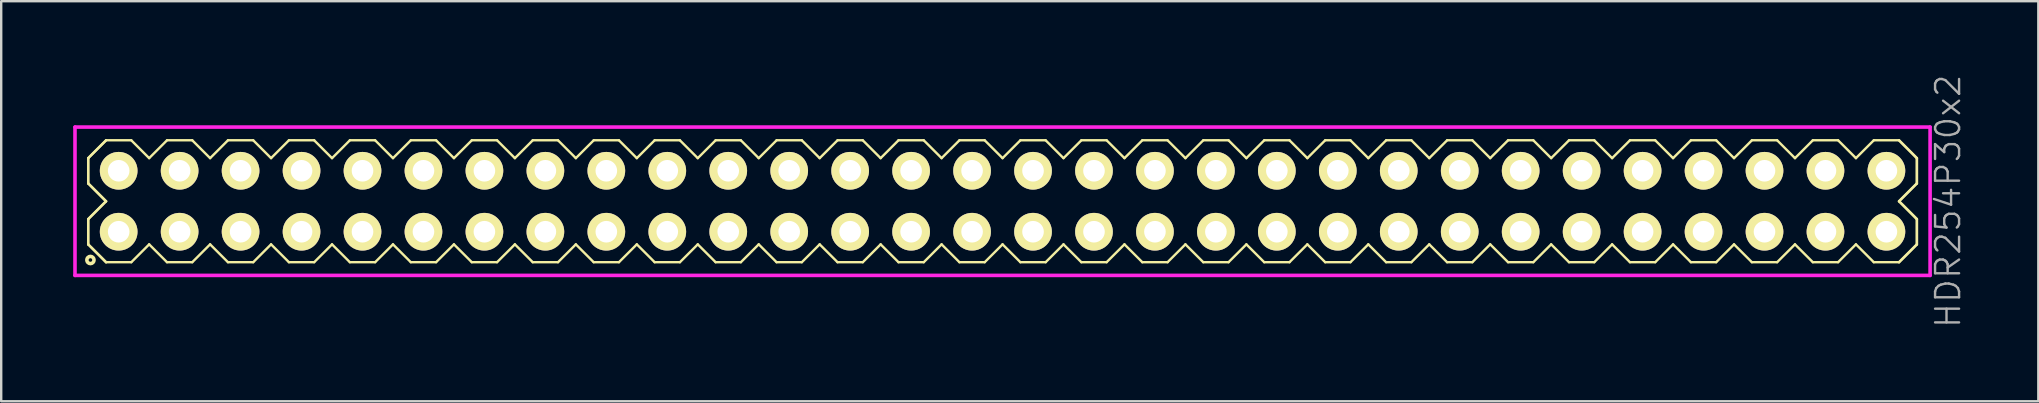
<source format=kicad_pcb>
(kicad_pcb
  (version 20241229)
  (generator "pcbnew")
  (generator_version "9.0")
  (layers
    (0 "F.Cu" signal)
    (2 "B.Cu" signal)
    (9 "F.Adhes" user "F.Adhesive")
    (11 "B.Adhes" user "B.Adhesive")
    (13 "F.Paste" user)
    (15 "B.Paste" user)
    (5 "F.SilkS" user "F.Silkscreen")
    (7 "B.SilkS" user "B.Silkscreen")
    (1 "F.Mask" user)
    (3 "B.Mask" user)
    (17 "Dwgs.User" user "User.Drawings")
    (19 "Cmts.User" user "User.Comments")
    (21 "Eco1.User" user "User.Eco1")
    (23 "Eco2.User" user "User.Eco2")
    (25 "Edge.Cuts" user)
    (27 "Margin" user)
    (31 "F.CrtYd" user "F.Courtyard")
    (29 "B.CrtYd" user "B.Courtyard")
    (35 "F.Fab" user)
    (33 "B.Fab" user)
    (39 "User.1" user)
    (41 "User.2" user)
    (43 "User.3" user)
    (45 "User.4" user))
  (footprint "HDR254P30x2"
    (layer "F.Cu")
    (at 38.725 5.336)
    (property "Reference" "HDR254P30x2" (at 39.4 0 90) (layer "F.Fab") (effects (font (size 1 1) (thickness 0.1))))
    (attr through_hole)
    (fp_line (start -38.1 -1.796) (end -37.356 -2.54) (stroke (width 0.1) (type solid)) (layer "F.SilkS"))
    (fp_line (start -38.1 -1.796) (end -37.356 -2.54) (stroke (width 0.1) (type solid)) (layer "F.SilkS"))
    (fp_line (start -38.1 -0.744) (end -38.1 -1.796) (stroke (width 0.1) (type solid)) (layer "F.SilkS"))
    (fp_line (start -38.1 -0.744) (end -38.1 -1.796) (stroke (width 0.1) (type solid)) (layer "F.SilkS"))
    (fp_line (start -38.1 0.744) (end -37.356 0) (stroke (width 0.1) (type solid)) (layer "F.SilkS"))
    (fp_line (start -38.1 0.744) (end -37.356 0) (stroke (width 0.1) (type solid)) (layer "F.SilkS"))
    (fp_line (start -38.1 1.796) (end -38.1 0.744) (stroke (width 0.1) (type solid)) (layer "F.SilkS"))
    (fp_line (start -38.1 1.796) (end -38.1 0.744) (stroke (width 0.1) (type solid)) (layer "F.SilkS"))
    (fp_line (start -37.356 -2.54) (end -36.304 -2.54) (stroke (width 0.1) (type solid)) (layer "F.SilkS"))
    (fp_line (start -37.356 0) (end -38.1 -0.744) (stroke (width 0.1) (type solid)) (layer "F.SilkS"))
    (fp_line (start -37.356 0) (end -38.1 -0.744) (stroke (width 0.1) (type solid)) (layer "F.SilkS"))
    (fp_line (start -37.356 2.54) (end -38.1 1.796) (stroke (width 0.1) (type solid)) (layer "F.SilkS"))
    (fp_line (start -37.356 2.54) (end -38.1 1.796) (stroke (width 0.1) (type solid)) (layer "F.SilkS"))
    (fp_line (start -36.304 -2.54) (end -35.56 -1.796) (stroke (width 0.1) (type solid)) (layer "F.SilkS"))
    (fp_line (start -36.304 2.54) (end -37.356 2.54) (stroke (width 0.1) (type solid)) (layer "F.SilkS"))
    (fp_line (start -35.56 -1.796) (end -34.816 -2.54) (stroke (width 0.1) (type solid)) (layer "F.SilkS"))
    (fp_line (start -35.56 1.796) (end -36.304 2.54) (stroke (width 0.1) (type solid)) (layer "F.SilkS"))
    (fp_line (start -34.816 -2.54) (end -33.764 -2.54) (stroke (width 0.1) (type solid)) (layer "F.SilkS"))
    (fp_line (start -34.816 2.54) (end -35.56 1.796) (stroke (width 0.1) (type solid)) (layer "F.SilkS"))
    (fp_line (start -33.764 -2.54) (end -33.02 -1.796) (stroke (width 0.1) (type solid)) (layer "F.SilkS"))
    (fp_line (start -33.764 2.54) (end -34.816 2.54) (stroke (width 0.1) (type solid)) (layer "F.SilkS"))
    (fp_line (start -33.02 -1.796) (end -32.276 -2.54) (stroke (width 0.1) (type solid)) (layer "F.SilkS"))
    (fp_line (start -33.02 1.796) (end -33.764 2.54) (stroke (width 0.1) (type solid)) (layer "F.SilkS"))
    (fp_line (start -32.276 -2.54) (end -31.224 -2.54) (stroke (width 0.1) (type solid)) (layer "F.SilkS"))
    (fp_line (start -32.276 2.54) (end -33.02 1.796) (stroke (width 0.1) (type solid)) (layer "F.SilkS"))
    (fp_line (start -31.224 -2.54) (end -30.48 -1.796) (stroke (width 0.1) (type solid)) (layer "F.SilkS"))
    (fp_line (start -31.224 2.54) (end -32.276 2.54) (stroke (width 0.1) (type solid)) (layer "F.SilkS"))
    (fp_line (start -30.48 -1.796) (end -29.736 -2.54) (stroke (width 0.1) (type solid)) (layer "F.SilkS"))
    (fp_line (start -30.48 1.796) (end -31.224 2.54) (stroke (width 0.1) (type solid)) (layer "F.SilkS"))
    (fp_line (start -29.736 -2.54) (end -28.684 -2.54) (stroke (width 0.1) (type solid)) (layer "F.SilkS"))
    (fp_line (start -29.736 2.54) (end -30.48 1.796) (stroke (width 0.1) (type solid)) (layer "F.SilkS"))
    (fp_line (start -28.684 -2.54) (end -27.94 -1.796) (stroke (width 0.1) (type solid)) (layer "F.SilkS"))
    (fp_line (start -28.684 2.54) (end -29.736 2.54) (stroke (width 0.1) (type solid)) (layer "F.SilkS"))
    (fp_line (start -27.94 -1.796) (end -27.196 -2.54) (stroke (width 0.1) (type solid)) (layer "F.SilkS"))
    (fp_line (start -27.94 1.796) (end -28.684 2.54) (stroke (width 0.1) (type solid)) (layer "F.SilkS"))
    (fp_line (start -27.196 -2.54) (end -26.144 -2.54) (stroke (width 0.1) (type solid)) (layer "F.SilkS"))
    (fp_line (start -27.196 2.54) (end -27.94 1.796) (stroke (width 0.1) (type solid)) (layer "F.SilkS"))
    (fp_line (start -26.144 -2.54) (end -25.4 -1.796) (stroke (width 0.1) (type solid)) (layer "F.SilkS"))
    (fp_line (start -26.144 2.54) (end -27.196 2.54) (stroke (width 0.1) (type solid)) (layer "F.SilkS"))
    (fp_line (start -25.4 -1.796) (end -24.656 -2.54) (stroke (width 0.1) (type solid)) (layer "F.SilkS"))
    (fp_line (start -25.4 1.796) (end -26.144 2.54) (stroke (width 0.1) (type solid)) (layer "F.SilkS"))
    (fp_line (start -24.656 -2.54) (end -23.604 -2.54) (stroke (width 0.1) (type solid)) (layer "F.SilkS"))
    (fp_line (start -24.656 2.54) (end -25.4 1.796) (stroke (width 0.1) (type solid)) (layer "F.SilkS"))
    (fp_line (start -23.604 -2.54) (end -22.86 -1.796) (stroke (width 0.1) (type solid)) (layer "F.SilkS"))
    (fp_line (start -23.604 2.54) (end -24.656 2.54) (stroke (width 0.1) (type solid)) (layer "F.SilkS"))
    (fp_line (start -22.86 -1.796) (end -22.116 -2.54) (stroke (width 0.1) (type solid)) (layer "F.SilkS"))
    (fp_line (start -22.86 1.796) (end -23.604 2.54) (stroke (width 0.1) (type solid)) (layer "F.SilkS"))
    (fp_line (start -22.116 -2.54) (end -21.064 -2.54) (stroke (width 0.1) (type solid)) (layer "F.SilkS"))
    (fp_line (start -22.116 2.54) (end -22.86 1.796) (stroke (width 0.1) (type solid)) (layer "F.SilkS"))
    (fp_line (start -21.064 -2.54) (end -20.32 -1.796) (stroke (width 0.1) (type solid)) (layer "F.SilkS"))
    (fp_line (start -21.064 2.54) (end -22.116 2.54) (stroke (width 0.1) (type solid)) (layer "F.SilkS"))
    (fp_line (start -20.32 -1.796) (end -19.576 -2.54) (stroke (width 0.1) (type solid)) (layer "F.SilkS"))
    (fp_line (start -20.32 1.796) (end -21.064 2.54) (stroke (width 0.1) (type solid)) (layer "F.SilkS"))
    (fp_line (start -19.576 -2.54) (end -18.524 -2.54) (stroke (width 0.1) (type solid)) (layer "F.SilkS"))
    (fp_line (start -19.576 2.54) (end -20.32 1.796) (stroke (width 0.1) (type solid)) (layer "F.SilkS"))
    (fp_line (start -18.524 -2.54) (end -17.78 -1.796) (stroke (width 0.1) (type solid)) (layer "F.SilkS"))
    (fp_line (start -18.524 2.54) (end -19.576 2.54) (stroke (width 0.1) (type solid)) (layer "F.SilkS"))
    (fp_line (start -17.78 -1.796) (end -17.036 -2.54) (stroke (width 0.1) (type solid)) (layer "F.SilkS"))
    (fp_line (start -17.78 1.796) (end -18.524 2.54) (stroke (width 0.1) (type solid)) (layer "F.SilkS"))
    (fp_line (start -17.036 -2.54) (end -15.984 -2.54) (stroke (width 0.1) (type solid)) (layer "F.SilkS"))
    (fp_line (start -17.036 2.54) (end -17.78 1.796) (stroke (width 0.1) (type solid)) (layer "F.SilkS"))
    (fp_line (start -15.984 -2.54) (end -15.24 -1.796) (stroke (width 0.1) (type solid)) (layer "F.SilkS"))
    (fp_line (start -15.984 2.54) (end -17.036 2.54) (stroke (width 0.1) (type solid)) (layer "F.SilkS"))
    (fp_line (start -15.24 -1.796) (end -14.496 -2.54) (stroke (width 0.1) (type solid)) (layer "F.SilkS"))
    (fp_line (start -15.24 1.796) (end -15.984 2.54) (stroke (width 0.1) (type solid)) (layer "F.SilkS"))
    (fp_line (start -14.496 -2.54) (end -13.444 -2.54) (stroke (width 0.1) (type solid)) (layer "F.SilkS"))
    (fp_line (start -14.496 2.54) (end -15.24 1.796) (stroke (width 0.1) (type solid)) (layer "F.SilkS"))
    (fp_line (start -13.444 -2.54) (end -12.7 -1.796) (stroke (width 0.1) (type solid)) (layer "F.SilkS"))
    (fp_line (start -13.444 2.54) (end -14.496 2.54) (stroke (width 0.1) (type solid)) (layer "F.SilkS"))
    (fp_line (start -12.7 -1.796) (end -11.956 -2.54) (stroke (width 0.1) (type solid)) (layer "F.SilkS"))
    (fp_line (start -12.7 1.796) (end -13.444 2.54) (stroke (width 0.1) (type solid)) (layer "F.SilkS"))
    (fp_line (start -11.956 -2.54) (end -10.904 -2.54) (stroke (width 0.1) (type solid)) (layer "F.SilkS"))
    (fp_line (start -11.956 2.54) (end -12.7 1.796) (stroke (width 0.1) (type solid)) (layer "F.SilkS"))
    (fp_line (start -10.904 -2.54) (end -10.16 -1.796) (stroke (width 0.1) (type solid)) (layer "F.SilkS"))
    (fp_line (start -10.904 2.54) (end -11.956 2.54) (stroke (width 0.1) (type solid)) (layer "F.SilkS"))
    (fp_line (start -10.16 -1.796) (end -9.416 -2.54) (stroke (width 0.1) (type solid)) (layer "F.SilkS"))
    (fp_line (start -10.16 1.796) (end -10.904 2.54) (stroke (width 0.1) (type solid)) (layer "F.SilkS"))
    (fp_line (start -9.416 -2.54) (end -8.364 -2.54) (stroke (width 0.1) (type solid)) (layer "F.SilkS"))
    (fp_line (start -9.416 2.54) (end -10.16 1.796) (stroke (width 0.1) (type solid)) (layer "F.SilkS"))
    (fp_line (start -8.364 -2.54) (end -7.62 -1.796) (stroke (width 0.1) (type solid)) (layer "F.SilkS"))
    (fp_line (start -8.364 2.54) (end -9.416 2.54) (stroke (width 0.1) (type solid)) (layer "F.SilkS"))
    (fp_line (start -7.62 -1.796) (end -6.876 -2.54) (stroke (width 0.1) (type solid)) (layer "F.SilkS"))
    (fp_line (start -7.62 1.796) (end -8.364 2.54) (stroke (width 0.1) (type solid)) (layer "F.SilkS"))
    (fp_line (start -6.876 -2.54) (end -5.824 -2.54) (stroke (width 0.1) (type solid)) (layer "F.SilkS"))
    (fp_line (start -6.876 2.54) (end -7.62 1.796) (stroke (width 0.1) (type solid)) (layer "F.SilkS"))
    (fp_line (start -5.824 -2.54) (end -5.08 -1.796) (stroke (width 0.1) (type solid)) (layer "F.SilkS"))
    (fp_line (start -5.824 2.54) (end -6.876 2.54) (stroke (width 0.1) (type solid)) (layer "F.SilkS"))
    (fp_line (start -5.08 -1.796) (end -4.336 -2.54) (stroke (width 0.1) (type solid)) (layer "F.SilkS"))
    (fp_line (start -5.08 1.796) (end -5.824 2.54) (stroke (width 0.1) (type solid)) (layer "F.SilkS"))
    (fp_line (start -4.336 -2.54) (end -3.284 -2.54) (stroke (width 0.1) (type solid)) (layer "F.SilkS"))
    (fp_line (start -4.336 2.54) (end -5.08 1.796) (stroke (width 0.1) (type solid)) (layer "F.SilkS"))
    (fp_line (start -3.284 -2.54) (end -2.54 -1.796) (stroke (width 0.1) (type solid)) (layer "F.SilkS"))
    (fp_line (start -3.284 2.54) (end -4.336 2.54) (stroke (width 0.1) (type solid)) (layer "F.SilkS"))
    (fp_line (start -2.54 -1.796) (end -1.796 -2.54) (stroke (width 0.1) (type solid)) (layer "F.SilkS"))
    (fp_line (start -2.54 1.796) (end -3.284 2.54) (stroke (width 0.1) (type solid)) (layer "F.SilkS"))
    (fp_line (start -1.796 -2.54) (end -0.744 -2.54) (stroke (width 0.1) (type solid)) (layer "F.SilkS"))
    (fp_line (start -1.796 2.54) (end -2.54 1.796) (stroke (width 0.1) (type solid)) (layer "F.SilkS"))
    (fp_line (start -0.744 -2.54) (end 0 -1.796) (stroke (width 0.1) (type solid)) (layer "F.SilkS"))
    (fp_line (start -0.744 2.54) (end -1.796 2.54) (stroke (width 0.1) (type solid)) (layer "F.SilkS"))
    (fp_line (start 0 -1.796) (end 0.744 -2.54) (stroke (width 0.1) (type solid)) (layer "F.SilkS"))
    (fp_line (start 0 1.796) (end -0.744 2.54) (stroke (width 0.1) (type solid)) (layer "F.SilkS"))
    (fp_line (start 0.744 -2.54) (end 1.796 -2.54) (stroke (width 0.1) (type solid)) (layer "F.SilkS"))
    (fp_line (start 0.744 2.54) (end 0 1.796) (stroke (width 0.1) (type solid)) (layer "F.SilkS"))
    (fp_line (start 1.796 -2.54) (end 2.54 -1.796) (stroke (width 0.1) (type solid)) (layer "F.SilkS"))
    (fp_line (start 1.796 2.54) (end 0.744 2.54) (stroke (width 0.1) (type solid)) (layer "F.SilkS"))
    (fp_line (start 2.54 -1.796) (end 3.284 -2.54) (stroke (width 0.1) (type solid)) (layer "F.SilkS"))
    (fp_line (start 2.54 1.796) (end 1.796 2.54) (stroke (width 0.1) (type solid)) (layer "F.SilkS"))
    (fp_line (start 3.284 -2.54) (end 4.336 -2.54) (stroke (width 0.1) (type solid)) (layer "F.SilkS"))
    (fp_line (start 3.284 2.54) (end 2.54 1.796) (stroke (width 0.1) (type solid)) (layer "F.SilkS"))
    (fp_line (start 4.336 -2.54) (end 5.08 -1.796) (stroke (width 0.1) (type solid)) (layer "F.SilkS"))
    (fp_line (start 4.336 2.54) (end 3.284 2.54) (stroke (width 0.1) (type solid)) (layer "F.SilkS"))
    (fp_line (start 5.08 -1.796) (end 5.824 -2.54) (stroke (width 0.1) (type solid)) (layer "F.SilkS"))
    (fp_line (start 5.08 1.796) (end 4.336 2.54) (stroke (width 0.1) (type solid)) (layer "F.SilkS"))
    (fp_line (start 5.824 -2.54) (end 6.876 -2.54) (stroke (width 0.1) (type solid)) (layer "F.SilkS"))
    (fp_line (start 5.824 2.54) (end 5.08 1.796) (stroke (width 0.1) (type solid)) (layer "F.SilkS"))
    (fp_line (start 6.876 -2.54) (end 7.62 -1.796) (stroke (width 0.1) (type solid)) (layer "F.SilkS"))
    (fp_line (start 6.876 2.54) (end 5.824 2.54) (stroke (width 0.1) (type solid)) (layer "F.SilkS"))
    (fp_line (start 7.62 -1.796) (end 8.364 -2.54) (stroke (width 0.1) (type solid)) (layer "F.SilkS"))
    (fp_line (start 7.62 1.796) (end 6.876 2.54) (stroke (width 0.1) (type solid)) (layer "F.SilkS"))
    (fp_line (start 8.364 -2.54) (end 9.416 -2.54) (stroke (width 0.1) (type solid)) (layer "F.SilkS"))
    (fp_line (start 8.364 2.54) (end 7.62 1.796) (stroke (width 0.1) (type solid)) (layer "F.SilkS"))
    (fp_line (start 9.416 -2.54) (end 10.16 -1.796) (stroke (width 0.1) (type solid)) (layer "F.SilkS"))
    (fp_line (start 9.416 2.54) (end 8.364 2.54) (stroke (width 0.1) (type solid)) (layer "F.SilkS"))
    (fp_line (start 10.16 -1.796) (end 10.904 -2.54) (stroke (width 0.1) (type solid)) (layer "F.SilkS"))
    (fp_line (start 10.16 1.796) (end 9.416 2.54) (stroke (width 0.1) (type solid)) (layer "F.SilkS"))
    (fp_line (start 10.904 -2.54) (end 11.956 -2.54) (stroke (width 0.1) (type solid)) (layer "F.SilkS"))
    (fp_line (start 10.904 2.54) (end 10.16 1.796) (stroke (width 0.1) (type solid)) (layer "F.SilkS"))
    (fp_line (start 11.956 -2.54) (end 12.7 -1.796) (stroke (width 0.1) (type solid)) (layer "F.SilkS"))
    (fp_line (start 11.956 2.54) (end 10.904 2.54) (stroke (width 0.1) (type solid)) (layer "F.SilkS"))
    (fp_line (start 12.7 -1.796) (end 13.444 -2.54) (stroke (width 0.1) (type solid)) (layer "F.SilkS"))
    (fp_line (start 12.7 1.796) (end 11.956 2.54) (stroke (width 0.1) (type solid)) (layer "F.SilkS"))
    (fp_line (start 13.444 -2.54) (end 14.496 -2.54) (stroke (width 0.1) (type solid)) (layer "F.SilkS"))
    (fp_line (start 13.444 2.54) (end 12.7 1.796) (stroke (width 0.1) (type solid)) (layer "F.SilkS"))
    (fp_line (start 14.496 -2.54) (end 15.24 -1.796) (stroke (width 0.1) (type solid)) (layer "F.SilkS"))
    (fp_line (start 14.496 2.54) (end 13.444 2.54) (stroke (width 0.1) (type solid)) (layer "F.SilkS"))
    (fp_line (start 15.24 -1.796) (end 15.984 -2.54) (stroke (width 0.1) (type solid)) (layer "F.SilkS"))
    (fp_line (start 15.24 1.796) (end 14.496 2.54) (stroke (width 0.1) (type solid)) (layer "F.SilkS"))
    (fp_line (start 15.984 -2.54) (end 17.036 -2.54) (stroke (width 0.1) (type solid)) (layer "F.SilkS"))
    (fp_line (start 15.984 2.54) (end 15.24 1.796) (stroke (width 0.1) (type solid)) (layer "F.SilkS"))
    (fp_line (start 17.036 -2.54) (end 17.78 -1.796) (stroke (width 0.1) (type solid)) (layer "F.SilkS"))
    (fp_line (start 17.036 2.54) (end 15.984 2.54) (stroke (width 0.1) (type solid)) (layer "F.SilkS"))
    (fp_line (start 17.78 -1.796) (end 18.524 -2.54) (stroke (width 0.1) (type solid)) (layer "F.SilkS"))
    (fp_line (start 17.78 1.796) (end 17.036 2.54) (stroke (width 0.1) (type solid)) (layer "F.SilkS"))
    (fp_line (start 18.524 -2.54) (end 19.576 -2.54) (stroke (width 0.1) (type solid)) (layer "F.SilkS"))
    (fp_line (start 18.524 2.54) (end 17.78 1.796) (stroke (width 0.1) (type solid)) (layer "F.SilkS"))
    (fp_line (start 19.576 -2.54) (end 20.32 -1.796) (stroke (width 0.1) (type solid)) (layer "F.SilkS"))
    (fp_line (start 19.576 2.54) (end 18.524 2.54) (stroke (width 0.1) (type solid)) (layer "F.SilkS"))
    (fp_line (start 20.32 -1.796) (end 21.064 -2.54) (stroke (width 0.1) (type solid)) (layer "F.SilkS"))
    (fp_line (start 20.32 1.796) (end 19.576 2.54) (stroke (width 0.1) (type solid)) (layer "F.SilkS"))
    (fp_line (start 21.064 -2.54) (end 22.116 -2.54) (stroke (width 0.1) (type solid)) (layer "F.SilkS"))
    (fp_line (start 21.064 2.54) (end 20.32 1.796) (stroke (width 0.1) (type solid)) (layer "F.SilkS"))
    (fp_line (start 22.116 -2.54) (end 22.86 -1.796) (stroke (width 0.1) (type solid)) (layer "F.SilkS"))
    (fp_line (start 22.116 2.54) (end 21.064 2.54) (stroke (width 0.1) (type solid)) (layer "F.SilkS"))
    (fp_line (start 22.86 -1.796) (end 23.604 -2.54) (stroke (width 0.1) (type solid)) (layer "F.SilkS"))
    (fp_line (start 22.86 1.796) (end 22.116 2.54) (stroke (width 0.1) (type solid)) (layer "F.SilkS"))
    (fp_line (start 23.604 -2.54) (end 24.656 -2.54) (stroke (width 0.1) (type solid)) (layer "F.SilkS"))
    (fp_line (start 23.604 2.54) (end 22.86 1.796) (stroke (width 0.1) (type solid)) (layer "F.SilkS"))
    (fp_line (start 24.656 -2.54) (end 25.4 -1.796) (stroke (width 0.1) (type solid)) (layer "F.SilkS"))
    (fp_line (start 24.656 2.54) (end 23.604 2.54) (stroke (width 0.1) (type solid)) (layer "F.SilkS"))
    (fp_line (start 25.4 -1.796) (end 26.144 -2.54) (stroke (width 0.1) (type solid)) (layer "F.SilkS"))
    (fp_line (start 25.4 1.796) (end 24.656 2.54) (stroke (width 0.1) (type solid)) (layer "F.SilkS"))
    (fp_line (start 26.144 -2.54) (end 27.196 -2.54) (stroke (width 0.1) (type solid)) (layer "F.SilkS"))
    (fp_line (start 26.144 2.54) (end 25.4 1.796) (stroke (width 0.1) (type solid)) (layer "F.SilkS"))
    (fp_line (start 27.196 -2.54) (end 27.94 -1.796) (stroke (width 0.1) (type solid)) (layer "F.SilkS"))
    (fp_line (start 27.196 2.54) (end 26.144 2.54) (stroke (width 0.1) (type solid)) (layer "F.SilkS"))
    (fp_line (start 27.94 -1.796) (end 28.684 -2.54) (stroke (width 0.1) (type solid)) (layer "F.SilkS"))
    (fp_line (start 27.94 1.796) (end 27.196 2.54) (stroke (width 0.1) (type solid)) (layer "F.SilkS"))
    (fp_line (start 28.684 -2.54) (end 29.736 -2.54) (stroke (width 0.1) (type solid)) (layer "F.SilkS"))
    (fp_line (start 28.684 2.54) (end 27.94 1.796) (stroke (width 0.1) (type solid)) (layer "F.SilkS"))
    (fp_line (start 29.736 -2.54) (end 30.48 -1.796) (stroke (width 0.1) (type solid)) (layer "F.SilkS"))
    (fp_line (start 29.736 2.54) (end 28.684 2.54) (stroke (width 0.1) (type solid)) (layer "F.SilkS"))
    (fp_line (start 30.48 -1.796) (end 31.224 -2.54) (stroke (width 0.1) (type solid)) (layer "F.SilkS"))
    (fp_line (start 30.48 1.796) (end 29.736 2.54) (stroke (width 0.1) (type solid)) (layer "F.SilkS"))
    (fp_line (start 31.224 -2.54) (end 32.276 -2.54) (stroke (width 0.1) (type solid)) (layer "F.SilkS"))
    (fp_line (start 31.224 2.54) (end 30.48 1.796) (stroke (width 0.1) (type solid)) (layer "F.SilkS"))
    (fp_line (start 32.276 -2.54) (end 33.02 -1.796) (stroke (width 0.1) (type solid)) (layer "F.SilkS"))
    (fp_line (start 32.276 2.54) (end 31.224 2.54) (stroke (width 0.1) (type solid)) (layer "F.SilkS"))
    (fp_line (start 33.02 -1.796) (end 33.764 -2.54) (stroke (width 0.1) (type solid)) (layer "F.SilkS"))
    (fp_line (start 33.02 1.796) (end 32.276 2.54) (stroke (width 0.1) (type solid)) (layer "F.SilkS"))
    (fp_line (start 33.764 -2.54) (end 34.816 -2.54) (stroke (width 0.1) (type solid)) (layer "F.SilkS"))
    (fp_line (start 33.764 2.54) (end 33.02 1.796) (stroke (width 0.1) (type solid)) (layer "F.SilkS"))
    (fp_line (start 34.816 -2.54) (end 35.56 -1.796) (stroke (width 0.1) (type solid)) (layer "F.SilkS"))
    (fp_line (start 34.816 2.54) (end 33.764 2.54) (stroke (width 0.1) (type solid)) (layer "F.SilkS"))
    (fp_line (start 35.56 -1.796) (end 36.304 -2.54) (stroke (width 0.1) (type solid)) (layer "F.SilkS"))
    (fp_line (start 35.56 1.796) (end 34.816 2.54) (stroke (width 0.1) (type solid)) (layer "F.SilkS"))
    (fp_line (start 36.304 -2.54) (end 37.356 -2.54) (stroke (width 0.1) (type solid)) (layer "F.SilkS"))
    (fp_line (start 36.304 2.54) (end 35.56 1.796) (stroke (width 0.1) (type solid)) (layer "F.SilkS"))
    (fp_line (start 37.356 -2.54) (end 38.1 -1.796) (stroke (width 0.1) (type solid)) (layer "F.SilkS"))
    (fp_line (start 37.356 -2.54) (end 38.1 -1.796) (stroke (width 0.1) (type solid)) (layer "F.SilkS"))
    (fp_line (start 37.356 0) (end 38.1 0.744) (stroke (width 0.1) (type solid)) (layer "F.SilkS"))
    (fp_line (start 37.356 0) (end 38.1 0.744) (stroke (width 0.1) (type solid)) (layer "F.SilkS"))
    (fp_line (start 37.356 2.54) (end 36.304 2.54) (stroke (width 0.1) (type solid)) (layer "F.SilkS"))
    (fp_line (start 38.1 -1.796) (end 38.1 -0.744) (stroke (width 0.1) (type solid)) (layer "F.SilkS"))
    (fp_line (start 38.1 -1.796) (end 38.1 -0.744) (stroke (width 0.1) (type solid)) (layer "F.SilkS"))
    (fp_line (start 38.1 -0.744) (end 37.356 0) (stroke (width 0.1) (type solid)) (layer "F.SilkS"))
    (fp_line (start 38.1 -0.744) (end 37.356 0) (stroke (width 0.1) (type solid)) (layer "F.SilkS"))
    (fp_line (start 38.1 0.744) (end 38.1 1.796) (stroke (width 0.1) (type solid)) (layer "F.SilkS"))
    (fp_line (start 38.1 0.744) (end 38.1 1.796) (stroke (width 0.1) (type solid)) (layer "F.SilkS"))
    (fp_line (start 38.1 1.796) (end 37.356 2.54) (stroke (width 0.1) (type solid)) (layer "F.SilkS"))
    (fp_line (start 38.1 1.796) (end 37.356 2.54) (stroke (width 0.1) (type solid)) (layer "F.SilkS"))
    (fp_circle (center -38.007 2.448) (end -37.857 2.448) (stroke (width 0.15) (type solid)) (fill no) (layer "F.SilkS"))
    (fp_line (start -38.65 -3.09) (end -38.65 3.09) (stroke (width 0.15) (type solid)) (layer "F.CrtYd"))
    (fp_line (start -38.65 3.09) (end 38.65 3.09) (stroke (width 0.15) (type solid)) (layer "F.CrtYd"))
    (fp_line (start 38.65 -3.09) (end -38.65 -3.09) (stroke (width 0.15) (type solid)) (layer "F.CrtYd"))
    (fp_line (start 38.65 3.09) (end 38.65 -3.09) (stroke (width 0.15) (type solid)) (layer "F.CrtYd"))
    (pad "1" thru_hole oval (at -36.83 1.27) (size 1.57 1.57) (drill 0.9) (layers "*.Cu" "*.Mask" "F.SilkS"))
    (pad "2" thru_hole oval (at -36.83 -1.27) (size 1.57 1.57) (drill 0.9) (layers "*.Cu" "*.Mask" "F.SilkS"))
    (pad "3" thru_hole oval (at -34.29 1.27) (size 1.57 1.57) (drill 0.9) (layers "*.Cu" "*.Mask" "F.SilkS"))
    (pad "4" thru_hole oval (at -34.29 -1.27) (size 1.57 1.57) (drill 0.9) (layers "*.Cu" "*.Mask" "F.SilkS"))
    (pad "5" thru_hole oval (at -31.75 1.27) (size 1.57 1.57) (drill 0.9) (layers "*.Cu" "*.Mask" "F.SilkS"))
    (pad "6" thru_hole oval (at -31.75 -1.27) (size 1.57 1.57) (drill 0.9) (layers "*.Cu" "*.Mask" "F.SilkS"))
    (pad "7" thru_hole oval (at -29.21 1.27) (size 1.57 1.57) (drill 0.9) (layers "*.Cu" "*.Mask" "F.SilkS"))
    (pad "8" thru_hole oval (at -29.21 -1.27) (size 1.57 1.57) (drill 0.9) (layers "*.Cu" "*.Mask" "F.SilkS"))
    (pad "9" thru_hole oval (at -26.67 1.27) (size 1.57 1.57) (drill 0.9) (layers "*.Cu" "*.Mask" "F.SilkS"))
    (pad "10" thru_hole oval (at -26.67 -1.27) (size 1.57 1.57) (drill 0.9) (layers "*.Cu" "*.Mask" "F.SilkS"))
    (pad "11" thru_hole oval (at -24.13 1.27) (size 1.57 1.57) (drill 0.9) (layers "*.Cu" "*.Mask" "F.SilkS"))
    (pad "12" thru_hole oval (at -24.13 -1.27) (size 1.57 1.57) (drill 0.9) (layers "*.Cu" "*.Mask" "F.SilkS"))
    (pad "13" thru_hole oval (at -21.59 1.27) (size 1.57 1.57) (drill 0.9) (layers "*.Cu" "*.Mask" "F.SilkS"))
    (pad "14" thru_hole oval (at -21.59 -1.27) (size 1.57 1.57) (drill 0.9) (layers "*.Cu" "*.Mask" "F.SilkS"))
    (pad "15" thru_hole oval (at -19.05 1.27) (size 1.57 1.57) (drill 0.9) (layers "*.Cu" "*.Mask" "F.SilkS"))
    (pad "16" thru_hole oval (at -19.05 -1.27) (size 1.57 1.57) (drill 0.9) (layers "*.Cu" "*.Mask" "F.SilkS"))
    (pad "17" thru_hole oval (at -16.51 1.27) (size 1.57 1.57) (drill 0.9) (layers "*.Cu" "*.Mask" "F.SilkS"))
    (pad "18" thru_hole oval (at -16.51 -1.27) (size 1.57 1.57) (drill 0.9) (layers "*.Cu" "*.Mask" "F.SilkS"))
    (pad "19" thru_hole oval (at -13.97 1.27) (size 1.57 1.57) (drill 0.9) (layers "*.Cu" "*.Mask" "F.SilkS"))
    (pad "20" thru_hole oval (at -13.97 -1.27) (size 1.57 1.57) (drill 0.9) (layers "*.Cu" "*.Mask" "F.SilkS"))
    (pad "21" thru_hole oval (at -11.43 1.27) (size 1.57 1.57) (drill 0.9) (layers "*.Cu" "*.Mask" "F.SilkS"))
    (pad "22" thru_hole oval (at -11.43 -1.27) (size 1.57 1.57) (drill 0.9) (layers "*.Cu" "*.Mask" "F.SilkS"))
    (pad "23" thru_hole oval (at -8.89 1.27) (size 1.57 1.57) (drill 0.9) (layers "*.Cu" "*.Mask" "F.SilkS"))
    (pad "24" thru_hole oval (at -8.89 -1.27) (size 1.57 1.57) (drill 0.9) (layers "*.Cu" "*.Mask" "F.SilkS"))
    (pad "25" thru_hole oval (at -6.35 1.27) (size 1.57 1.57) (drill 0.9) (layers "*.Cu" "*.Mask" "F.SilkS"))
    (pad "26" thru_hole oval (at -6.35 -1.27) (size 1.57 1.57) (drill 0.9) (layers "*.Cu" "*.Mask" "F.SilkS"))
    (pad "27" thru_hole oval (at -3.81 1.27) (size 1.57 1.57) (drill 0.9) (layers "*.Cu" "*.Mask" "F.SilkS"))
    (pad "28" thru_hole oval (at -3.81 -1.27) (size 1.57 1.57) (drill 0.9) (layers "*.Cu" "*.Mask" "F.SilkS"))
    (pad "29" thru_hole oval (at -1.27 1.27) (size 1.57 1.57) (drill 0.9) (layers "*.Cu" "*.Mask" "F.SilkS"))
    (pad "30" thru_hole oval (at -1.27 -1.27) (size 1.57 1.57) (drill 0.9) (layers "*.Cu" "*.Mask" "F.SilkS"))
    (pad "31" thru_hole oval (at 1.27 1.27) (size 1.57 1.57) (drill 0.9) (layers "*.Cu" "*.Mask" "F.SilkS"))
    (pad "32" thru_hole oval (at 1.27 -1.27) (size 1.57 1.57) (drill 0.9) (layers "*.Cu" "*.Mask" "F.SilkS"))
    (pad "33" thru_hole oval (at 3.81 1.27) (size 1.57 1.57) (drill 0.9) (layers "*.Cu" "*.Mask" "F.SilkS"))
    (pad "34" thru_hole oval (at 3.81 -1.27) (size 1.57 1.57) (drill 0.9) (layers "*.Cu" "*.Mask" "F.SilkS"))
    (pad "35" thru_hole oval (at 6.35 1.27) (size 1.57 1.57) (drill 0.9) (layers "*.Cu" "*.Mask" "F.SilkS"))
    (pad "36" thru_hole oval (at 6.35 -1.27) (size 1.57 1.57) (drill 0.9) (layers "*.Cu" "*.Mask" "F.SilkS"))
    (pad "37" thru_hole oval (at 8.89 1.27) (size 1.57 1.57) (drill 0.9) (layers "*.Cu" "*.Mask" "F.SilkS"))
    (pad "38" thru_hole oval (at 8.89 -1.27) (size 1.57 1.57) (drill 0.9) (layers "*.Cu" "*.Mask" "F.SilkS"))
    (pad "39" thru_hole oval (at 11.43 1.27) (size 1.57 1.57) (drill 0.9) (layers "*.Cu" "*.Mask" "F.SilkS"))
    (pad "40" thru_hole oval (at 11.43 -1.27) (size 1.57 1.57) (drill 0.9) (layers "*.Cu" "*.Mask" "F.SilkS"))
    (pad "41" thru_hole oval (at 13.97 1.27) (size 1.57 1.57) (drill 0.9) (layers "*.Cu" "*.Mask" "F.SilkS"))
    (pad "42" thru_hole oval (at 13.97 -1.27) (size 1.57 1.57) (drill 0.9) (layers "*.Cu" "*.Mask" "F.SilkS"))
    (pad "43" thru_hole oval (at 16.51 1.27) (size 1.57 1.57) (drill 0.9) (layers "*.Cu" "*.Mask" "F.SilkS"))
    (pad "44" thru_hole oval (at 16.51 -1.27) (size 1.57 1.57) (drill 0.9) (layers "*.Cu" "*.Mask" "F.SilkS"))
    (pad "45" thru_hole oval (at 19.05 1.27) (size 1.57 1.57) (drill 0.9) (layers "*.Cu" "*.Mask" "F.SilkS"))
    (pad "46" thru_hole oval (at 19.05 -1.27) (size 1.57 1.57) (drill 0.9) (layers "*.Cu" "*.Mask" "F.SilkS"))
    (pad "47" thru_hole oval (at 21.59 1.27) (size 1.57 1.57) (drill 0.9) (layers "*.Cu" "*.Mask" "F.SilkS"))
    (pad "48" thru_hole oval (at 21.59 -1.27) (size 1.57 1.57) (drill 0.9) (layers "*.Cu" "*.Mask" "F.SilkS"))
    (pad "49" thru_hole oval (at 24.13 1.27) (size 1.57 1.57) (drill 0.9) (layers "*.Cu" "*.Mask" "F.SilkS"))
    (pad "50" thru_hole oval (at 24.13 -1.27) (size 1.57 1.57) (drill 0.9) (layers "*.Cu" "*.Mask" "F.SilkS"))
    (pad "51" thru_hole oval (at 26.67 1.27) (size 1.57 1.57) (drill 0.9) (layers "*.Cu" "*.Mask" "F.SilkS"))
    (pad "52" thru_hole oval (at 26.67 -1.27) (size 1.57 1.57) (drill 0.9) (layers "*.Cu" "*.Mask" "F.SilkS"))
    (pad "53" thru_hole oval (at 29.21 1.27) (size 1.57 1.57) (drill 0.9) (layers "*.Cu" "*.Mask" "F.SilkS"))
    (pad "54" thru_hole oval (at 29.21 -1.27) (size 1.57 1.57) (drill 0.9) (layers "*.Cu" "*.Mask" "F.SilkS"))
    (pad "55" thru_hole oval (at 31.75 1.27) (size 1.57 1.57) (drill 0.9) (layers "*.Cu" "*.Mask" "F.SilkS"))
    (pad "56" thru_hole oval (at 31.75 -1.27) (size 1.57 1.57) (drill 0.9) (layers "*.Cu" "*.Mask" "F.SilkS"))
    (pad "57" thru_hole oval (at 34.29 1.27) (size 1.57 1.57) (drill 0.9) (layers "*.Cu" "*.Mask" "F.SilkS"))
    (pad "58" thru_hole oval (at 34.29 -1.27) (size 1.57 1.57) (drill 0.9) (layers "*.Cu" "*.Mask" "F.SilkS"))
    (pad "59" thru_hole oval (at 36.83 1.27) (size 1.57 1.57) (drill 0.9) (layers "*.Cu" "*.Mask" "F.SilkS"))
    (pad "60" thru_hole oval (at 36.83 -1.27) (size 1.57 1.57) (drill 0.9) (layers "*.Cu" "*.Mask" "F.SilkS")))
  (gr_rect
    (start -3 -3)
    (end 81.885 13.671)
    (stroke (width 0.1) (type default))
    (fill no)
    (layer "Edge.Cuts")))
</source>
